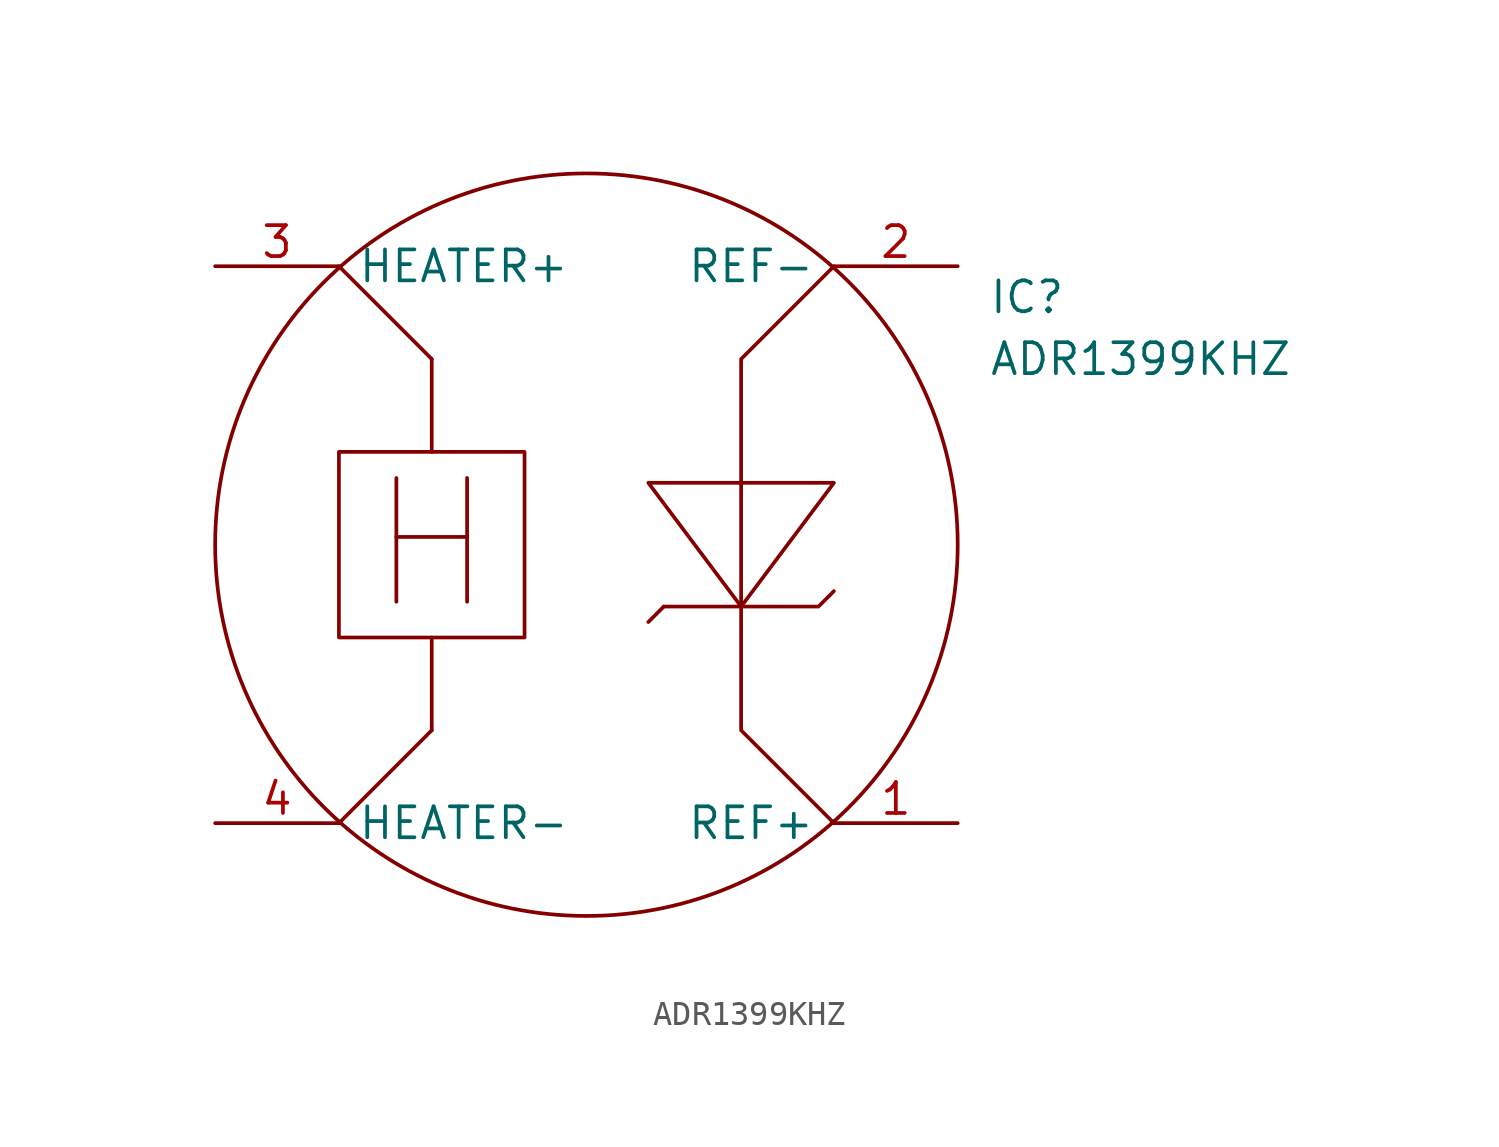
<source format=kicad_sym>
(kicad_symbol_lib
  (version 20211014)
  (generator kicad_symbol_editor)
  (symbol "ADR1399KHZ"
    (pin_names
      (offset 0.762))
    (property "Reference" "IC"
      (at 31.75 22.86 0)
      (effects (font (size 1.27 1.27)) (justify left)))
    (property "Value" "ADR1399KHZ"
      (at 31.75 20.32 0)
      (effects (font (size 1.27 1.27)) (justify left)))
    (symbol "ADR1399KHZ_0_0"
      (text "H" (at 8.89 12.7 0) (effects (font (size 5.08 5.08))))
      (pin passive line (at 30.48 1.27 180) (length 5.08) (name "REF+" (effects (font (size 1.27 1.27)))) (number "1" (effects (font (size 1.27 1.27)))))
      (pin passive line (at 30.48 24.13 180) (length 5.08) (name "REF-" (effects (font (size 1.27 1.27)))) (number "2" (effects (font (size 1.27 1.27)))))
      (pin passive line (at 0 24.13 0) (length 5.08) (name "HEATER+" (effects (font (size 1.27 1.27)))) (number "3" (effects (font (size 1.27 1.27)))))
      (pin passive line (at 0 1.27 0) (length 5.08) (name "HEATER-" (effects (font (size 1.27 1.27)))) (number "4" (effects (font (size 1.27 1.27))))))
    (symbol "ADR1399KHZ_0_1"
      (polyline (pts (xy 5.08 1.27) (xy 8.89 5.08)) (stroke (width 0.152) (type default) (color 0 0 0 0)) (fill (type none)))
      (polyline (pts (xy 5.08 24.13) (xy 8.89 20.32)) (stroke (width 0.152) (type default) (color 0 0 0 0)) (fill (type none)))
      (polyline (pts (xy 8.89 8.89) (xy 8.89 5.08)) (stroke (width 0.152) (type default) (color 0 0 0 0)) (fill (type none)))
      (polyline (pts (xy 8.89 20.32) (xy 8.89 16.51)) (stroke (width 0.152) (type default) (color 0 0 0 0)) (fill (type none)))
      (polyline (pts (xy 18.415 10.16) (xy 17.78 9.525)) (stroke (width 0.152) (type default) (color 0 0 0 0)) (fill (type none)))
      (polyline (pts (xy 18.415 10.16) (xy 24.765 10.16) (xy 25.4 10.795)) (stroke (width 0.152) (type default) (color 0 0 0 0)) (fill (type none)))
      (polyline (pts (xy 17.78 15.24) (xy 25.4 15.24) (xy 21.59 10.16) (xy 17.78 15.24)) (stroke (width 0.152) (type default) (color 0 0 0 0)) (fill (type none)))
      (polyline (pts (xy 25.4 24.13) (xy 21.59 20.32) (xy 21.59 15.24) (xy 21.59 6.35) (xy 21.59 5.08) (xy 25.4 1.27)) (stroke (width 0.152) (type default) (color 0 0 0 0)) (fill (type none)))
      (rectangle (start 5.08 16.51) (end 12.7 8.89) (stroke (width 0.152) (type default) (color 0 0 0 0)) (fill (type none)))
      (circle (center 15.24 12.7) (radius 15.24) (stroke (width 0.152) (type default) (color 0 0 0 0)) (fill (type none))))))
</source>
